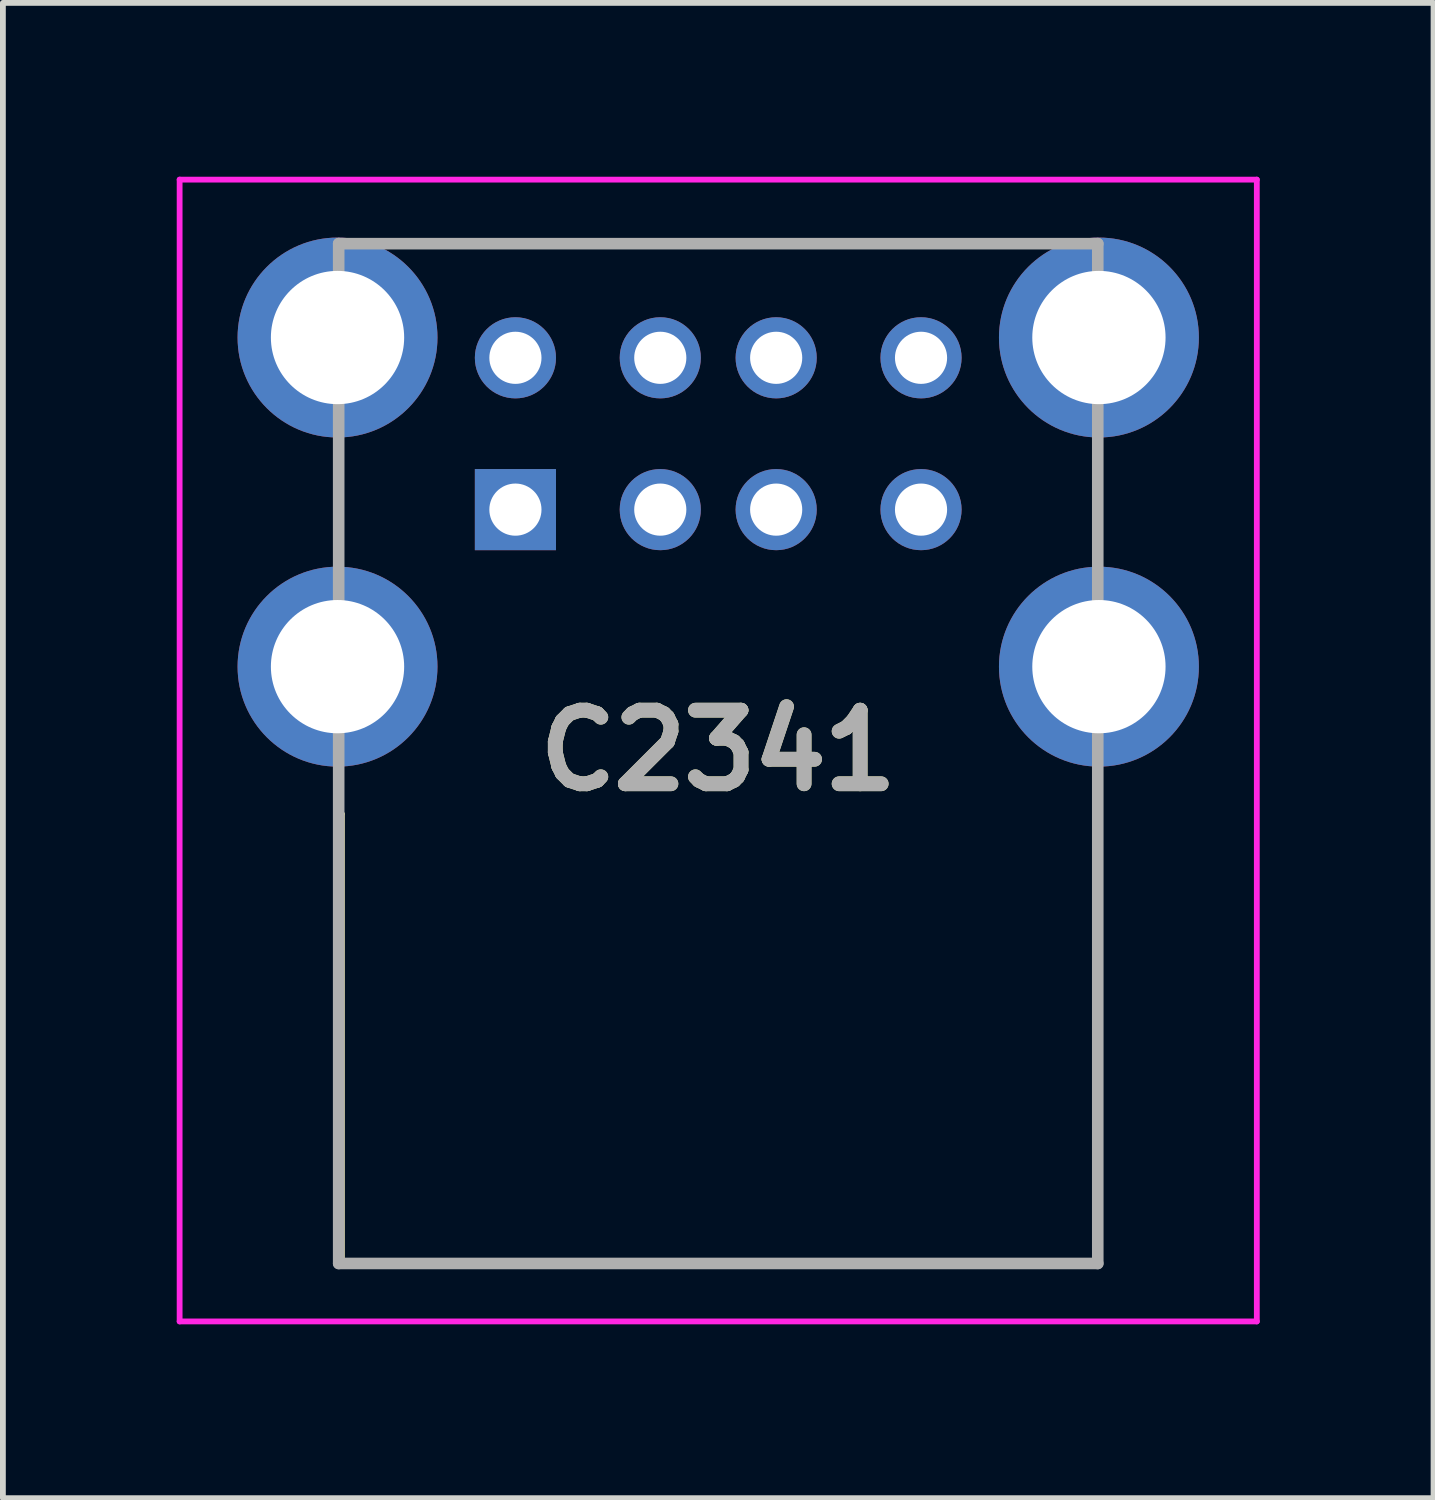
<source format=kicad_pcb>
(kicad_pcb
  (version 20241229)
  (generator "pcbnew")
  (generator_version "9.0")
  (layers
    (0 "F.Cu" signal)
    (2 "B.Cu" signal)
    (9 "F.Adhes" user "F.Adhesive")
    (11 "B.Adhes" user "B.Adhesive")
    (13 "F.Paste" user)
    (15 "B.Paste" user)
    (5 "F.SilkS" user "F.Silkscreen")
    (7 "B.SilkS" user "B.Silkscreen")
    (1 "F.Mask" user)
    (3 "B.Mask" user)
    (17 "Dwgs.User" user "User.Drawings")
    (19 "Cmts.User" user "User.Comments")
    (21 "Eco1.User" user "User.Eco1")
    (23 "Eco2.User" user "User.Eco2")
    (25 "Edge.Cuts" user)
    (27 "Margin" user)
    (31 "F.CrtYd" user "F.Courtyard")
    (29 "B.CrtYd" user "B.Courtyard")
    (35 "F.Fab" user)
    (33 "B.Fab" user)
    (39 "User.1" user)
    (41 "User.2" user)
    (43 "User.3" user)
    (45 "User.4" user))
  (footprint "C2341"
    (layer "F.Cu")
    (at 5.845 5.745)
    (property "Reference" "C2341" (at 3.5 4.157 0) (layer "F.SilkS") (effects (font (size 1.27 1.27) (thickness 0.254))))
    (attr through_hole)
    (fp_line (start -3 5.25) (end -3 5.25) (stroke (width 0.1) (type solid)) (layer "F.SilkS"))
    (fp_line (start -3 5.25) (end -3 13) (stroke (width 0.1) (type solid)) (layer "F.SilkS"))
    (fp_line (start -3 13) (end -3 5.25) (stroke (width 0.1) (type solid)) (layer "F.SilkS"))
    (fp_line (start -3 13) (end -3 13) (stroke (width 0.1) (type solid)) (layer "F.SilkS"))
    (fp_line (start -3 13) (end 10.07 13) (stroke (width 0.1) (type solid)) (layer "F.SilkS"))
    (fp_line (start -3 13.01) (end -3 13) (stroke (width 0.1) (type solid)) (layer "F.SilkS"))
    (fp_line (start -1.25 -4.59) (end -1.25 -4.59) (stroke (width 0.1) (type solid)) (layer "F.SilkS"))
    (fp_line (start -1.25 -4.59) (end 8.25 -4.59) (stroke (width 0.1) (type solid)) (layer "F.SilkS"))
    (fp_line (start 8.25 -4.59) (end -1.25 -4.59) (stroke (width 0.1) (type solid)) (layer "F.SilkS"))
    (fp_line (start 8.25 -4.59) (end 8.25 -4.59) (stroke (width 0.1) (type solid)) (layer "F.SilkS"))
    (fp_line (start 10.07 5.25) (end 10.07 5.25) (stroke (width 0.1) (type solid)) (layer "F.SilkS"))
    (fp_line (start 10.07 5.25) (end 10.07 13.01) (stroke (width 0.1) (type solid)) (layer "F.SilkS"))
    (fp_line (start 10.07 13) (end 10.07 13.01) (stroke (width 0.1) (type solid)) (layer "F.SilkS"))
    (fp_line (start 10.07 13.01) (end -3 13.01) (stroke (width 0.1) (type solid)) (layer "F.SilkS"))
    (fp_line (start 10.07 13.01) (end 10.07 5.25) (stroke (width 0.1) (type solid)) (layer "F.SilkS"))
    (fp_line (start 10.07 13.01) (end 10.07 13.01) (stroke (width 0.1) (type solid)) (layer "F.SilkS"))
    (fp_line (start -5.795 -5.695) (end 12.795 -5.695) (stroke (width 0.1) (type solid)) (layer "F.CrtYd"))
    (fp_line (start -5.795 14.01) (end -5.795 -5.695) (stroke (width 0.1) (type solid)) (layer "F.CrtYd"))
    (fp_line (start 12.795 -5.695) (end 12.795 14.01) (stroke (width 0.1) (type solid)) (layer "F.CrtYd"))
    (fp_line (start 12.795 14.01) (end -5.795 14.01) (stroke (width 0.1) (type solid)) (layer "F.CrtYd"))
    (fp_line (start -3.05 -4.59) (end -3.05 13.01) (stroke (width 0.2) (type solid)) (layer "F.Fab"))
    (fp_line (start -3.05 13.01) (end 10.05 13.01) (stroke (width 0.2) (type solid)) (layer "F.Fab"))
    (fp_line (start 10.05 -4.59) (end -3.05 -4.59) (stroke (width 0.2) (type solid)) (layer "F.Fab"))
    (fp_line (start 10.05 13.01) (end 10.05 -4.59) (stroke (width 0.2) (type solid)) (layer "F.Fab"))
    (fp_text user "${REFERENCE}" (at 3.5 4.157 0) (layer "F.Fab") (effects (font (size 1.27 1.27) (thickness 0.254))))
    (pad "1" thru_hole rect (at 0 0) (size 1.4 1.4) (drill 0.9) (layers "*.Cu" "*.Mask"))
    (pad "2" thru_hole circle (at 2.5 0) (size 1.4 1.4) (drill 0.9) (layers "*.Cu" "*.Mask"))
    (pad "3" thru_hole circle (at 4.5 0) (size 1.4 1.4) (drill 0.9) (layers "*.Cu" "*.Mask"))
    (pad "4" thru_hole circle (at 7 0) (size 1.4 1.4) (drill 0.9) (layers "*.Cu" "*.Mask"))
    (pad "5" thru_hole circle (at 7 -2.62) (size 1.4 1.4) (drill 0.9) (layers "*.Cu" "*.Mask"))
    (pad "6" thru_hole circle (at 4.5 -2.62) (size 1.4 1.4) (drill 0.9) (layers "*.Cu" "*.Mask"))
    (pad "7" thru_hole circle (at 2.5 -2.62) (size 1.4 1.4) (drill 0.9) (layers "*.Cu" "*.Mask"))
    (pad "8" thru_hole circle (at 0 -2.62) (size 1.4 1.4) (drill 0.9) (layers "*.Cu" "*.Mask"))
    (pad "MH1" thru_hole circle (at -3.07 2.71) (size 3.45 3.45) (drill 2.3) (layers "*.Cu" "*.Mask"))
    (pad "MH2" thru_hole circle (at 10.07 2.71) (size 3.45 3.45) (drill 2.3) (layers "*.Cu" "*.Mask"))
    (pad "MH3" thru_hole circle (at 10.07 -2.97) (size 3.45 3.45) (drill 2.3) (layers "*.Cu" "*.Mask"))
    (pad "MH4" thru_hole circle (at -3.07 -2.97) (size 3.45 3.45) (drill 2.3) (layers "*.Cu" "*.Mask")))
  (gr_rect
    (start -3 -3)
    (end 21.69 22.805)
    (stroke (width 0.1) (type default))
    (fill no)
    (layer "Edge.Cuts")))
</source>
